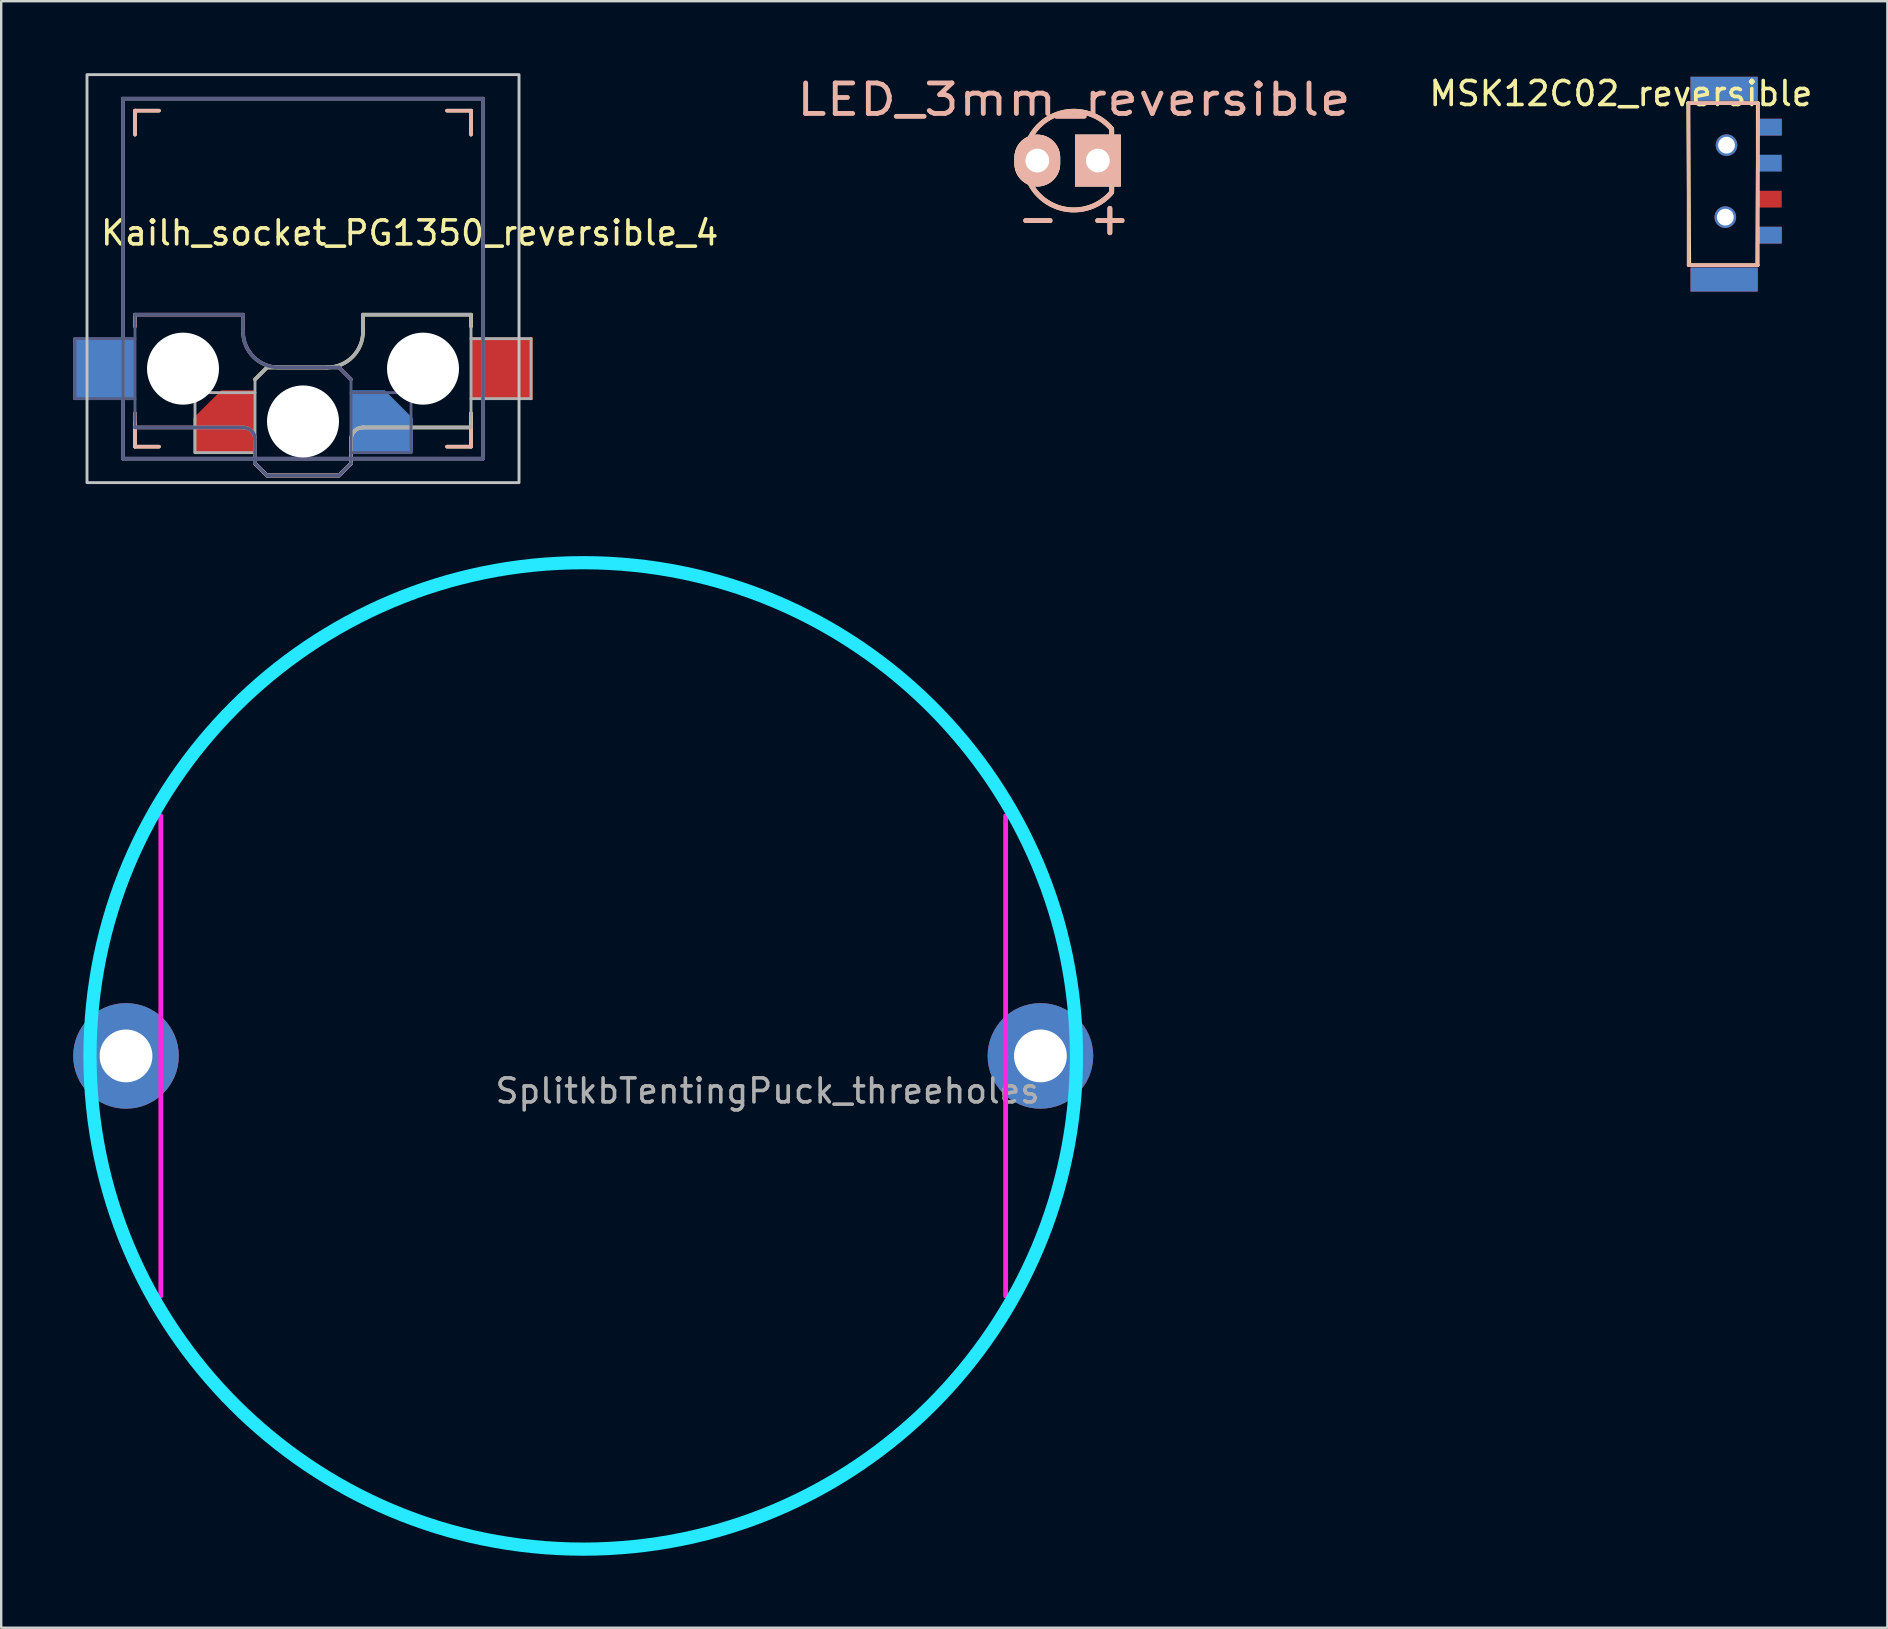
<source format=kicad_pcb>
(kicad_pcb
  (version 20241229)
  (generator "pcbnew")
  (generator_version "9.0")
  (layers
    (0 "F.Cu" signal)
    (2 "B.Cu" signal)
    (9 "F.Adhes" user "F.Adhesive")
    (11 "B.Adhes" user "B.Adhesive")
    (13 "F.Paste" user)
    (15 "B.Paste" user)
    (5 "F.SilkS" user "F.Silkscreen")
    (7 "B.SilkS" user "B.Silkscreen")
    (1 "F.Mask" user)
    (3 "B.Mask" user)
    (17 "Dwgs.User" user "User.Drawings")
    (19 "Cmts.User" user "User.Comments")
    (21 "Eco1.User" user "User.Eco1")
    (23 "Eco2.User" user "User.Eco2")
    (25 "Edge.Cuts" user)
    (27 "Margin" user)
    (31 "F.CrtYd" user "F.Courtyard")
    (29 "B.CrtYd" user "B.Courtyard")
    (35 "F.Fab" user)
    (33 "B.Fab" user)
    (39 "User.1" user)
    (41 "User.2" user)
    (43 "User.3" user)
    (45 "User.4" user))
  (footprint "MSK12C02_reversible"
    (layer "F.Cu")
    (at 67.486 0.748)
    (property "Reference" "MSK12C02_reversible" (at -3 0.1 0) (layer "F.SilkS") (effects (font (size 1 1) (thickness 0.15))))
    (attr through_hole)
    (fp_line (start -0.2 0.5) (end 2.7 0.5) (stroke (width 0.15) (type solid)) (layer "F.SilkS"))
    (fp_line (start -0.15 7.25) (end -0.2 0.5) (stroke (width 0.15) (type solid)) (layer "F.SilkS"))
    (fp_line (start 2.7 0.5) (end 2.7 7.25) (stroke (width 0.15) (type solid)) (layer "F.SilkS"))
    (fp_line (start 2.7 7.25) (end -0.15 7.25) (stroke (width 0.15) (type solid)) (layer "F.SilkS"))
    (fp_line (start -0.18 0.5) (end -0.18 7.25) (stroke (width 0.15) (type solid)) (layer "B.SilkS"))
    (fp_line (start -0.18 7.25) (end 2.67 7.25) (stroke (width 0.15) (type solid)) (layer "B.SilkS"))
    (fp_line (start 2.67 7.25) (end 2.72 0.5) (stroke (width 0.15) (type solid)) (layer "B.SilkS"))
    (fp_line (start 2.72 0.5) (end -0.18 0.5) (stroke (width 0.15) (type solid)) (layer "B.SilkS"))
    (pad "" np_thru_hole circle (at 1.35 5.25) (size 0.9 0.9) (drill 0.7) (layers "*.Cu" "*.Mask"))
    (pad "" np_thru_hole circle (at 1.4 2.25) (size 0.9 0.9) (drill 0.7) (layers "*.Cu" "*.Mask"))
    (pad "1" smd rect (at 3.2 1.5 90) (size 0.7 1) (layers "F.Cu" "F.Mask" "F.Paste"))
    (pad "1" smd rect (at 3.2 6 270) (size 0.7 1) (layers "B.Cu" "B.Mask" "B.Paste"))
    (pad "2" smd rect (at 3.2 3 270) (size 0.7 1) (layers "B.Cu" "B.Mask" "B.Paste"))
    (pad "2" smd rect (at 3.2 4.5 90) (size 0.7 1) (layers "F.Cu" "F.Mask" "F.Paste"))
    (pad "3" smd rect (at 3.2 1.5 270) (size 0.7 1) (layers "B.Cu" "B.Mask" "B.Paste"))
    (pad "3" smd rect (at 3.2 6 90) (size 0.7 1) (layers "F.Cu" "F.Mask" "F.Paste"))
    (pad "NC" smd rect (at 1.3 -0.1) (size 2.8 1) (layers "F.Cu" "F.Mask" "F.Paste"))
    (pad "NC" smd rect (at 1.3 -0.1) (size 2.8 1) (layers "B.Cu" "B.Mask" "B.Paste"))
    (pad "NC" smd rect (at 1.3 7.85) (size 2.8 1) (layers "F.Cu" "F.Mask" "F.Paste"))
    (pad "NC" smd rect (at 1.3 7.85) (size 2.8 1) (layers "B.Cu" "B.Mask" "B.Paste")))
  (footprint "Kailh_socket_PG1350_reversible_4"
    (layer "F.Cu")
    (at 9.575 8.56)
    (property "Reference" "Kailh_socket_PG1350_reversible_4" (at 4.445 -1.905 0) (layer "F.SilkS") (effects (font (size 1 1) (thickness 0.15))))
    (attr smd)
    (fp_line (start -7 -7) (end -6 -7) (stroke (width 0.15) (type solid)) (layer "F.SilkS"))
    (fp_line (start -7 -6) (end -7 -7) (stroke (width 0.15) (type solid)) (layer "F.SilkS"))
    (fp_line (start -7 7) (end -7 6) (stroke (width 0.15) (type solid)) (layer "F.SilkS"))
    (fp_line (start -6 7) (end -7 7) (stroke (width 0.15) (type solid)) (layer "F.SilkS"))
    (fp_line (start -2 4.2) (end -1.5 3.7) (stroke (width 0.15) (type solid)) (layer "F.SilkS"))
    (fp_line (start -2 7.7) (end -1.5 8.2) (stroke (width 0.15) (type solid)) (layer "F.SilkS"))
    (fp_line (start -1.5 3.7) (end 1 3.7) (stroke (width 0.15) (type solid)) (layer "F.SilkS"))
    (fp_line (start -1.5 8.2) (end 1.5 8.2) (stroke (width 0.15) (type solid)) (layer "F.SilkS"))
    (fp_line (start 1.5 8.2) (end 2 7.7) (stroke (width 0.15) (type solid)) (layer "F.SilkS"))
    (fp_line (start 2 6.7) (end 2 7.7) (stroke (width 0.15) (type solid)) (layer "F.SilkS"))
    (fp_line (start 2.5 1.5) (end 7 1.5) (stroke (width 0.15) (type solid)) (layer "F.SilkS"))
    (fp_line (start 2.5 2.2) (end 2.5 1.5) (stroke (width 0.15) (type solid)) (layer "F.SilkS"))
    (fp_line (start 6 -7) (end 7 -7) (stroke (width 0.15) (type solid)) (layer "F.SilkS"))
    (fp_line (start 7 -7) (end 7 -6) (stroke (width 0.15) (type solid)) (layer "F.SilkS"))
    (fp_line (start 7 1.5) (end 7 2) (stroke (width 0.15) (type solid)) (layer "F.SilkS"))
    (fp_line (start 7 5.6) (end 7 6.2) (stroke (width 0.15) (type solid)) (layer "F.SilkS"))
    (fp_line (start 7 6) (end 7 7) (stroke (width 0.15) (type solid)) (layer "F.SilkS"))
    (fp_line (start 7 6.2) (end 2.5 6.2) (stroke (width 0.15) (type solid)) (layer "F.SilkS"))
    (fp_line (start 7 7) (end 6 7) (stroke (width 0.15) (type solid)) (layer "F.SilkS"))
    (fp_arc (start 2 6.7) (mid 2.146447 6.346447) (end 2.5 6.2) (stroke (width 0.15) (type solid)) (layer "F.SilkS"))
    (fp_arc (start 2.5 2.2) (mid 2.06066 3.26066) (end 1 3.7) (stroke (width 0.15) (type solid)) (layer "F.SilkS"))
    (fp_line (start -7 -7) (end -6 -7) (stroke (width 0.15) (type solid)) (layer "B.SilkS"))
    (fp_line (start -7 -6) (end -7 -7) (stroke (width 0.15) (type solid)) (layer "B.SilkS"))
    (fp_line (start -7 1.5) (end -7 2) (stroke (width 0.15) (type solid)) (layer "B.SilkS"))
    (fp_line (start -7 5.6) (end -7 6.2) (stroke (width 0.15) (type solid)) (layer "B.SilkS"))
    (fp_line (start -7 6.2) (end -2.5 6.2) (stroke (width 0.15) (type solid)) (layer "B.SilkS"))
    (fp_line (start -7 7) (end -7 6) (stroke (width 0.15) (type solid)) (layer "B.SilkS"))
    (fp_line (start -6 7) (end -7 7) (stroke (width 0.15) (type solid)) (layer "B.SilkS"))
    (fp_line (start -2.5 1.5) (end -7 1.5) (stroke (width 0.15) (type solid)) (layer "B.SilkS"))
    (fp_line (start -2.5 2.2) (end -2.5 1.5) (stroke (width 0.15) (type solid)) (layer "B.SilkS"))
    (fp_line (start -2 6.7) (end -2 7.7) (stroke (width 0.15) (type solid)) (layer "B.SilkS"))
    (fp_line (start -1.5 8.2) (end -2 7.7) (stroke (width 0.15) (type solid)) (layer "B.SilkS"))
    (fp_line (start 1.5 3.7) (end -1 3.7) (stroke (width 0.15) (type solid)) (layer "B.SilkS"))
    (fp_line (start 1.5 8.2) (end -1.5 8.2) (stroke (width 0.15) (type solid)) (layer "B.SilkS"))
    (fp_line (start 2 4.2) (end 1.5 3.7) (stroke (width 0.15) (type solid)) (layer "B.SilkS"))
    (fp_line (start 2 7.7) (end 1.5 8.2) (stroke (width 0.15) (type solid)) (layer "B.SilkS"))
    (fp_line (start 6 -7) (end 7 -7) (stroke (width 0.15) (type solid)) (layer "B.SilkS"))
    (fp_line (start 7 -7) (end 7 -6) (stroke (width 0.15) (type solid)) (layer "B.SilkS"))
    (fp_line (start 7 6) (end 7 7) (stroke (width 0.15) (type solid)) (layer "B.SilkS"))
    (fp_line (start 7 7) (end 6 7) (stroke (width 0.15) (type solid)) (layer "B.SilkS"))
    (fp_arc (start -2.5 6.2) (mid -2.146447 6.346447) (end -2 6.7) (stroke (width 0.15) (type solid)) (layer "B.SilkS"))
    (fp_arc (start -1 3.7) (mid -2.06066 3.26066) (end -2.5 2.2) (stroke (width 0.15) (type solid)) (layer "B.SilkS"))
    (fp_rect (start -9 -8.5) (end 9 8.5) (stroke (width 0.12) (type solid)) (fill no) (layer "Dwgs.User"))
    (fp_line (start -6.9 6.9) (end -6.9 -6.9) (stroke (width 0.15) (type solid)) (layer "Eco2.User"))
    (fp_line (start -6.9 6.9) (end 6.9 6.9) (stroke (width 0.15) (type solid)) (layer "Eco2.User"))
    (fp_line (start -2.6 -3.1) (end -2.6 -6.3) (stroke (width 0.15) (type solid)) (layer "Eco2.User"))
    (fp_line (start -2.6 -3.1) (end 2.6 -3.1) (stroke (width 0.15) (type solid)) (layer "Eco2.User"))
    (fp_line (start 2.6 -6.3) (end -2.6 -6.3) (stroke (width 0.15) (type solid)) (layer "Eco2.User"))
    (fp_line (start 2.6 -3.1) (end 2.6 -6.3) (stroke (width 0.15) (type solid)) (layer "Eco2.User"))
    (fp_line (start 6.9 -6.9) (end -6.9 -6.9) (stroke (width 0.15) (type solid)) (layer "Eco2.User"))
    (fp_line (start 6.9 -6.9) (end 6.9 6.9) (stroke (width 0.15) (type solid)) (layer "Eco2.User"))
    (fp_line (start -9.5 2.5) (end -7 2.5) (stroke (width 0.12) (type solid)) (layer "B.Fab"))
    (fp_line (start -9.5 5) (end -9.5 2.5) (stroke (width 0.12) (type solid)) (layer "B.Fab"))
    (fp_line (start -7.5 -7.5) (end 7.5 -7.5) (stroke (width 0.15) (type solid)) (layer "B.Fab"))
    (fp_line (start -7.5 7.5) (end -7.5 -7.5) (stroke (width 0.15) (type solid)) (layer "B.Fab"))
    (fp_line (start -7 1.5) (end -7 6.2) (stroke (width 0.12) (type solid)) (layer "B.Fab"))
    (fp_line (start -7 5) (end -9.5 5) (stroke (width 0.12) (type solid)) (layer "B.Fab"))
    (fp_line (start -7 6.2) (end -2.5 6.2) (stroke (width 0.15) (type solid)) (layer "B.Fab"))
    (fp_line (start -2.5 1.5) (end -7 1.5) (stroke (width 0.15) (type solid)) (layer "B.Fab"))
    (fp_line (start -2.5 2.2) (end -2.5 1.5) (stroke (width 0.15) (type solid)) (layer "B.Fab"))
    (fp_line (start -2 6.7) (end -2 7.7) (stroke (width 0.15) (type solid)) (layer "B.Fab"))
    (fp_line (start -1.5 8.2) (end -2 7.7) (stroke (width 0.15) (type solid)) (layer "B.Fab"))
    (fp_line (start 1.5 3.7) (end -1 3.7) (stroke (width 0.15) (type solid)) (layer "B.Fab"))
    (fp_line (start 1.5 8.2) (end -1.5 8.2) (stroke (width 0.15) (type solid)) (layer "B.Fab"))
    (fp_line (start 2 4.2) (end 1.5 3.7) (stroke (width 0.15) (type solid)) (layer "B.Fab"))
    (fp_line (start 2 4.25) (end 2 7.7) (stroke (width 0.12) (type solid)) (layer "B.Fab"))
    (fp_line (start 2 4.75) (end 4.5 4.75) (stroke (width 0.12) (type solid)) (layer "B.Fab"))
    (fp_line (start 2 7.7) (end 1.5 8.2) (stroke (width 0.15) (type solid)) (layer "B.Fab"))
    (fp_line (start 4.5 4.75) (end 4.5 7.25) (stroke (width 0.12) (type solid)) (layer "B.Fab"))
    (fp_line (start 4.5 7.25) (end 2 7.25) (stroke (width 0.12) (type solid)) (layer "B.Fab"))
    (fp_line (start 7.5 -7.5) (end 7.5 7.5) (stroke (width 0.15) (type solid)) (layer "B.Fab"))
    (fp_line (start 7.5 7.5) (end -7.5 7.5) (stroke (width 0.15) (type solid)) (layer "B.Fab"))
    (fp_arc (start -2.5 6.2) (mid -2.146447 6.346447) (end -2 6.7) (stroke (width 0.15) (type solid)) (layer "B.Fab"))
    (fp_arc (start -1 3.7) (mid -2.06066 3.26066) (end -2.5 2.2) (stroke (width 0.15) (type solid)) (layer "B.Fab"))
    (fp_line (start -7.5 -7.5) (end 7.5 -7.5) (stroke (width 0.15) (type solid)) (layer "F.Fab"))
    (fp_line (start -7.5 7.5) (end -7.5 -7.5) (stroke (width 0.15) (type solid)) (layer "F.Fab"))
    (fp_line (start -4.5 4.75) (end -4.5 7.25) (stroke (width 0.12) (type solid)) (layer "F.Fab"))
    (fp_line (start -4.5 7.25) (end -2 7.25) (stroke (width 0.12) (type solid)) (layer "F.Fab"))
    (fp_line (start -2 4.2) (end -1.5 3.7) (stroke (width 0.15) (type solid)) (layer "F.Fab"))
    (fp_line (start -2 4.25) (end -2 7.7) (stroke (width 0.12) (type solid)) (layer "F.Fab"))
    (fp_line (start -2 4.75) (end -4.5 4.75) (stroke (width 0.12) (type solid)) (layer "F.Fab"))
    (fp_line (start -2 7.7) (end -1.5 8.2) (stroke (width 0.15) (type solid)) (layer "F.Fab"))
    (fp_line (start -1.5 3.7) (end 1 3.7) (stroke (width 0.15) (type solid)) (layer "F.Fab"))
    (fp_line (start -1.5 8.2) (end 1.5 8.2) (stroke (width 0.15) (type solid)) (layer "F.Fab"))
    (fp_line (start 1.5 8.2) (end 2 7.7) (stroke (width 0.15) (type solid)) (layer "F.Fab"))
    (fp_line (start 2 6.7) (end 2 7.7) (stroke (width 0.15) (type solid)) (layer "F.Fab"))
    (fp_line (start 2.5 1.5) (end 7 1.5) (stroke (width 0.15) (type solid)) (layer "F.Fab"))
    (fp_line (start 2.5 2.2) (end 2.5 1.5) (stroke (width 0.15) (type solid)) (layer "F.Fab"))
    (fp_line (start 7 1.5) (end 7 6.2) (stroke (width 0.12) (type solid)) (layer "F.Fab"))
    (fp_line (start 7 5) (end 9.5 5) (stroke (width 0.12) (type solid)) (layer "F.Fab"))
    (fp_line (start 7 6.2) (end 2.5 6.2) (stroke (width 0.15) (type solid)) (layer "F.Fab"))
    (fp_line (start 7.5 -7.5) (end 7.5 7.5) (stroke (width 0.15) (type solid)) (layer "F.Fab"))
    (fp_line (start 7.5 7.5) (end -7.5 7.5) (stroke (width 0.15) (type solid)) (layer "F.Fab"))
    (fp_line (start 9.5 2.5) (end 7 2.5) (stroke (width 0.12) (type solid)) (layer "F.Fab"))
    (fp_line (start 9.5 5) (end 9.5 2.5) (stroke (width 0.12) (type solid)) (layer "F.Fab"))
    (fp_arc (start 2 6.7) (mid 2.146447 6.346447) (end 2.5 6.2) (stroke (width 0.15) (type solid)) (layer "F.Fab"))
    (fp_arc (start 2.5 2.2) (mid 2.06066 3.26066) (end 1 3.7) (stroke (width 0.15) (type solid)) (layer "F.Fab"))
    (pad "" np_thru_hole circle (at -5 3.75) (size 3 3) (drill 3) (layers "*.Cu" "*.Mask"))
    (pad "" np_thru_hole circle (at 0 5.95) (size 3 3) (drill 3) (layers "*.Cu" "*.Mask"))
    (pad "" np_thru_hole circle (at 5 3.75) (size 3 3) (drill 3) (layers "*.Cu" "*.Mask"))
    (pad "1" smd rect (at -8.275 3.75) (size 2.6 2.6) (layers "B.Cu" "B.Mask" "B.Paste"))
    (pad "1" smd roundrect (at -3.275 5.95) (size 2.6 2.6) (layers "F.Cu" "F.Mask" "F.Paste") (roundrect_rratio 0) (chamfer_ratio 0.45) (chamfer top_left))
    (pad "2" smd roundrect (at 3.275 5.95) (size 2.6 2.6) (layers "B.Cu" "B.Mask" "B.Paste") (roundrect_rratio 0) (chamfer_ratio 0.45) (chamfer top_right))
    (pad "2" smd rect (at 8.275 3.75) (size 2.6 2.6) (layers "F.Cu" "F.Mask" "F.Paste")))
  (footprint "SplitkbTentingPuck_threeholes"
    (layer "F.Cu")
    (at 21.25 40.945)
    (property "Reference" "SplitkbTentingPuck_threeholes" (at 7.684 1.46 0) (layer "F.Fab") (effects (font (size 1 1) (thickness 0.15))))
    (attr through_hole exclude_from_pos_files exclude_from_bom)
    (fp_arc (start -20.32 -2.8575) (mid -19.91151 -4.959786) (end -19.286134 -7.008048) (stroke (width 0.2) (type solid)) (layer "F.SilkS"))
    (fp_arc (start -19.286134 7.008047) (mid -19.91151 4.959786) (end -20.32 2.8575) (stroke (width 0.2) (type solid)) (layer "F.SilkS"))
    (fp_arc (start 19.286135 -7.008045) (mid 19.91151 -4.959785) (end 20.32 -2.8575) (stroke (width 0.2) (type solid)) (layer "F.SilkS"))
    (fp_arc (start 20.32 2.8575) (mid 19.91151 4.959785) (end 19.286135 7.008046) (stroke (width 0.2) (type solid)) (layer "F.SilkS"))
    (fp_arc (start -20.32 -2.8575) (mid -19.91151 -4.959784) (end -19.286136 -7.008044) (stroke (width 0.2) (type solid)) (layer "B.SilkS"))
    (fp_arc (start -19.286135 7.008046) (mid -19.91151 4.959785) (end -20.32 2.8575) (stroke (width 0.2) (type solid)) (layer "B.SilkS"))
    (fp_arc (start 19.286134 -7.008048) (mid 19.91151 -4.959786) (end 20.32 -2.8575) (stroke (width 0.2) (type solid)) (layer "B.SilkS"))
    (fp_arc (start 20.32 2.8575) (mid 19.91151 4.959786) (end 19.286134 7.008048) (stroke (width 0.2) (type solid)) (layer "B.SilkS"))
    (fp_circle (center 0 0) (end 20.55 0) (stroke (width 0.55) (type solid)) (fill no) (layer "B.CrtYd"))
    (fp_line (start -17.6 10) (end -17.6 -10) (stroke (width 0.2) (type solid)) (layer "F.CrtYd"))
    (fp_line (start 17.6 10) (end 17.6 -10) (stroke (width 0.2) (type solid)) (layer "F.CrtYd"))
    (pad "1" thru_hole circle (at -19.05 0) (size 4.4 4.4) (drill 2.2) (layers "*.Cu" "*.Mask"))
    (pad "1" thru_hole circle (at 19.05 0) (size 4.4 4.4) (drill 2.2) (layers "*.Cu" "*.Mask")))
  (footprint "LED_3mm_reversible"
    (layer "F.Cu")
    (at 41.693 3.64)
    (property "Reference" "LED_3mm_reversible" (at 0 -2.54 0) (layer "B.SilkS") (effects (font (size 1.27 1.524) (thickness 0.203))))
    (attr through_hole)
    (fp_line (start -2.008 2.5) (end -0.992 2.5) (stroke (width 0.2) (type solid)) (layer "F.SilkS"))
    (fp_line (start 0.992 2.5) (end 2.008 2.5) (stroke (width 0.2) (type solid)) (layer "F.SilkS"))
    (fp_line (start 1.5 1.992) (end 1.5 3.008) (stroke (width 0.2) (type solid)) (layer "F.SilkS"))
    (fp_line (start 1.575 1.27) (end 1.575 -1.27) (stroke (width 0.203) (type solid)) (layer "F.SilkS"))
    (fp_arc (start 1.574195 1.321521) (mid -2.055361 -0.000471) (end 1.5748 -1.3208) (stroke (width 0.2032) (type solid)) (layer "F.SilkS"))
    (fp_line (start -0.992 2.5) (end -2.008 2.5) (stroke (width 0.2) (type solid)) (layer "B.SilkS"))
    (fp_line (start 1.5 1.99) (end 1.5 3.006) (stroke (width 0.2) (type solid)) (layer "B.SilkS"))
    (fp_line (start 1.575 -1.265) (end 1.575 1.275) (stroke (width 0.203) (type solid)) (layer "B.SilkS"))
    (fp_line (start 2.008 2.498) (end 0.992 2.498) (stroke (width 0.2) (type solid)) (layer "B.SilkS"))
    (fp_arc (start 1.575 1.3258) (mid -2.055161 0.005471) (end 1.574395 -1.316521) (stroke (width 0.2032) (type solid)) (layer "B.SilkS"))
    (pad "1" thru_hole oval (at -1.524 0) (size 1.905 2.159) (drill 0.991) (layers "*.Cu" "*.Paste" "*.SilkS" "*.Mask"))
    (pad "2" thru_hole rect (at 1 0 180) (size 1.905 2.159) (drill 0.991) (layers "*.Cu" "*.Paste" "*.SilkS" "*.Mask")))
  (gr_rect
    (start -3 -3)
    (end 75.587 64.77)
    (stroke (width 0.1) (type default))
    (fill no)
    (layer "Edge.Cuts")))
</source>
